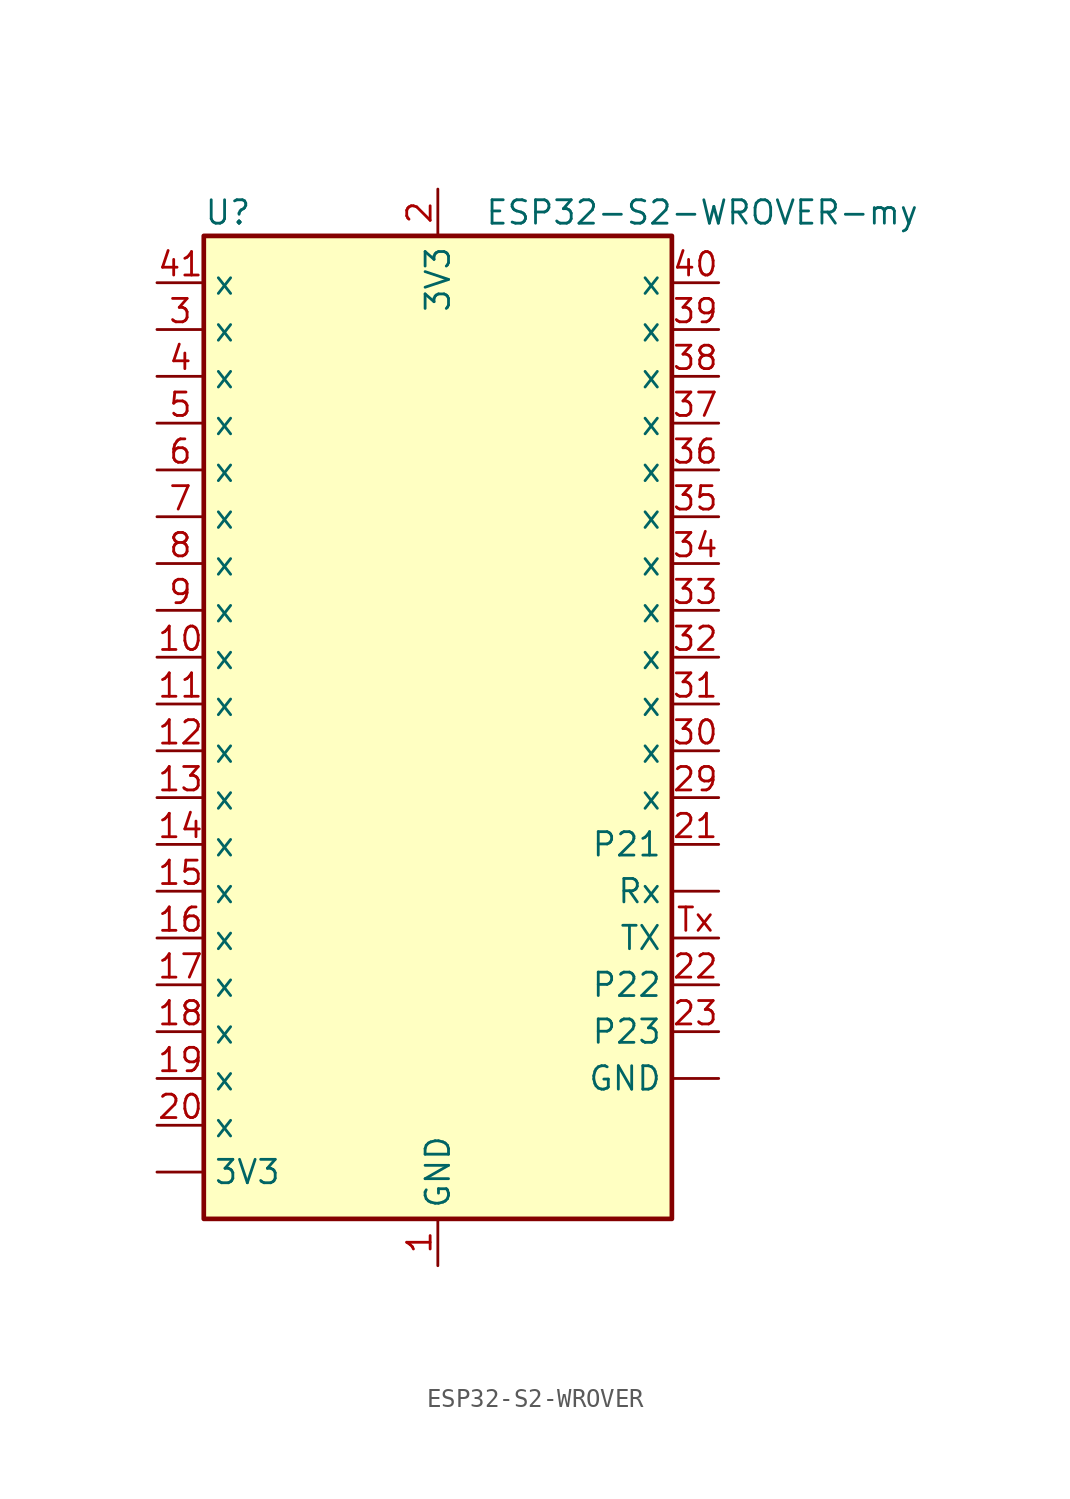
<source format=kicad_sym>
(kicad_symbol_lib
  (version 20241209)
  (generator "kicad_symbol_editor")
  (generator_version "9.0")
  (symbol "ESP32-S2-WROVER"
    (property "Reference" "U"
      (at -12.7 29.21 0)
      (effects (font (size 1.27 1.27)) (justify left)))
    (property "Value" "ESP32-S2-WROVER-my"
      (at 2.54 29.21 0)
      (effects (font (size 1.27 1.27)) (justify left)))
    (symbol "ESP32-S2-WROVER_0_1"
      (rectangle (start -12.7 27.94) (end 12.7 -25.4) (stroke (width 0.254) (type default)) (fill (type background))))
    (symbol "ESP32-S2-WROVER_1_1"
      (pin input line (at -15.24 25.4 0) (length 2.54) (name "x" (effects (font (size 1.27 1.27)))) (number "41" (effects (font (size 1.27 1.27)))))
      (pin bidirectional line (at -15.24 22.86 0) (length 2.54) (name "x" (effects (font (size 1.27 1.27)))) (number "3" (effects (font (size 1.27 1.27)))))
      (pin bidirectional line (at -15.24 20.32 0) (length 2.54) (name "x" (effects (font (size 1.27 1.27)))) (number "4" (effects (font (size 1.27 1.27)))))
      (pin bidirectional line (at -15.24 17.78 0) (length 2.54) (name "x" (effects (font (size 1.27 1.27)))) (number "5" (effects (font (size 1.27 1.27)))))
      (pin bidirectional line (at -15.24 15.24 0) (length 2.54) (name "x" (effects (font (size 1.27 1.27)))) (number "6" (effects (font (size 1.27 1.27)))))
      (pin bidirectional line (at -15.24 12.7 0) (length 2.54) (name "x" (effects (font (size 1.27 1.27)))) (number "7" (effects (font (size 1.27 1.27)))))
      (pin bidirectional line (at -15.24 10.16 0) (length 2.54) (name "x" (effects (font (size 1.27 1.27)))) (number "8" (effects (font (size 1.27 1.27)))))
      (pin bidirectional line (at -15.24 7.62 0) (length 2.54) (name "x" (effects (font (size 1.27 1.27)))) (number "9" (effects (font (size 1.27 1.27)))))
      (pin bidirectional line (at -15.24 5.08 0) (length 2.54) (name "x" (effects (font (size 1.27 1.27)))) (number "10" (effects (font (size 1.27 1.27)))))
      (pin bidirectional line (at -15.24 2.54 0) (length 2.54) (name "x" (effects (font (size 1.27 1.27)))) (number "11" (effects (font (size 1.27 1.27)))))
      (pin bidirectional line (at -15.24 0 0) (length 2.54) (name "x" (effects (font (size 1.27 1.27)))) (number "12" (effects (font (size 1.27 1.27)))))
      (pin bidirectional line (at -15.24 -2.54 0) (length 2.54) (name "x" (effects (font (size 1.27 1.27)))) (number "13" (effects (font (size 1.27 1.27)))))
      (pin bidirectional line (at -15.24 -5.08 0) (length 2.54) (name "x" (effects (font (size 1.27 1.27)))) (number "14" (effects (font (size 1.27 1.27)))))
      (pin bidirectional line (at -15.24 -7.62 0) (length 2.54) (name "x" (effects (font (size 1.27 1.27)))) (number "15" (effects (font (size 1.27 1.27)))))
      (pin bidirectional line (at -15.24 -10.16 0) (length 2.54) (name "x" (effects (font (size 1.27 1.27)))) (number "16" (effects (font (size 1.27 1.27)))))
      (pin bidirectional line (at -15.24 -12.7 0) (length 2.54) (name "x" (effects (font (size 1.27 1.27)))) (number "17" (effects (font (size 1.27 1.27)))))
      (pin bidirectional line (at -15.24 -15.24 0) (length 2.54) (name "x" (effects (font (size 1.27 1.27)))) (number "18" (effects (font (size 1.27 1.27)))))
      (pin bidirectional line (at -15.24 -17.78 0) (length 2.54) (name "x" (effects (font (size 1.27 1.27)))) (number "19" (effects (font (size 1.27 1.27)))))
      (pin bidirectional line (at -15.24 -20.32 0) (length 2.54) (name "x" (effects (font (size 1.27 1.27)))) (number "20" (effects (font (size 1.27 1.27)))))
      (pin power_in line (at -15.24 -22.86 0) (length 2.54) (name "3V3" (effects (font (size 1.27 1.27)))) (number "" (effects (font (size 1.27 1.27)))))
      (pin power_in line (at 0 30.48 270) (length 2.54) (name "3V3" (effects (font (size 1.27 1.27)))) (number "2" (effects (font (size 1.27 1.27)))))
      (pin power_in line (at 0 -27.94 90) (length 2.54) (name "GND" (effects (font (size 1.27 1.27)))) (number "1" (effects (font (size 1.27 1.27)))))
      (pin passive line (at 0 -27.94 90) (length 2.54) (hide yes) (name "GND" (effects (font (size 1.27 1.27)))) (number "26" (effects (font (size 1.27 1.27)))))
      (pin passive line (at 0 -27.94 90) (length 2.54) (hide yes) (name "GND" (effects (font (size 1.27 1.27)))) (number "42" (effects (font (size 1.27 1.27)))))
      (pin passive line (at 0 -27.94 90) (length 2.54) (hide yes) (name "GND" (effects (font (size 1.27 1.27)))) (number "43" (effects (font (size 1.27 1.27)))))
      (pin input line (at 15.24 25.4 180) (length 2.54) (name "x" (effects (font (size 1.27 1.27)))) (number "40" (effects (font (size 1.27 1.27)))))
      (pin bidirectional line (at 15.24 22.86 180) (length 2.54) (name "x" (effects (font (size 1.27 1.27)))) (number "39" (effects (font (size 1.27 1.27)))))
      (pin bidirectional line (at 15.24 20.32 180) (length 2.54) (name "x" (effects (font (size 1.27 1.27)))) (number "38" (effects (font (size 1.27 1.27)))))
      (pin bidirectional line (at 15.24 17.78 180) (length 2.54) (name "x" (effects (font (size 1.27 1.27)))) (number "37" (effects (font (size 1.27 1.27)))))
      (pin bidirectional line (at 15.24 15.24 180) (length 2.54) (name "x" (effects (font (size 1.27 1.27)))) (number "36" (effects (font (size 1.27 1.27)))))
      (pin bidirectional line (at 15.24 12.7 180) (length 2.54) (name "x" (effects (font (size 1.27 1.27)))) (number "35" (effects (font (size 1.27 1.27)))))
      (pin bidirectional line (at 15.24 10.16 180) (length 2.54) (name "x" (effects (font (size 1.27 1.27)))) (number "34" (effects (font (size 1.27 1.27)))))
      (pin bidirectional line (at 15.24 7.62 180) (length 2.54) (name "x" (effects (font (size 1.27 1.27)))) (number "33" (effects (font (size 1.27 1.27)))))
      (pin bidirectional line (at 15.24 5.08 180) (length 2.54) (name "x" (effects (font (size 1.27 1.27)))) (number "32" (effects (font (size 1.27 1.27)))))
      (pin bidirectional line (at 15.24 2.54 180) (length 2.54) (name "x" (effects (font (size 1.27 1.27)))) (number "31" (effects (font (size 1.27 1.27)))))
      (pin bidirectional line (at 15.24 0 180) (length 2.54) (name "x" (effects (font (size 1.27 1.27)))) (number "30" (effects (font (size 1.27 1.27)))))
      (pin bidirectional line (at 15.24 -2.54 180) (length 2.54) (name "x" (effects (font (size 1.27 1.27)))) (number "29" (effects (font (size 1.27 1.27)))))
      (pin bidirectional line (at 15.24 -5.08 180) (length 2.54) (name "P21" (effects (font (size 1.27 1.27)))) (number "21" (effects (font (size 1.27 1.27)))))
      (pin bidirectional line (at 15.24 -7.62 180) (length 2.54) (name "Rx" (effects (font (size 1.27 1.27)))) (number "" (effects (font (size 1.27 1.27)))))
      (pin bidirectional line (at 15.24 -10.16 180) (length 2.54) (name "TX" (effects (font (size 1.27 1.27)))) (number "Tx" (effects (font (size 1.27 1.27)))))
      (pin bidirectional line (at 15.24 -12.7 180) (length 2.54) (name "P22" (effects (font (size 1.27 1.27)))) (number "22" (effects (font (size 1.27 1.27)))))
      (pin bidirectional line (at 15.24 -15.24 180) (length 2.54) (name "P23" (effects (font (size 1.27 1.27)))) (number "23" (effects (font (size 1.27 1.27)))))
      (pin power_in line (at 15.24 -17.78 180) (length 2.54) (name "GND" (effects (font (size 1.27 1.27)))) (number "" (effects (font (size 1.27 1.27))))))))
</source>
